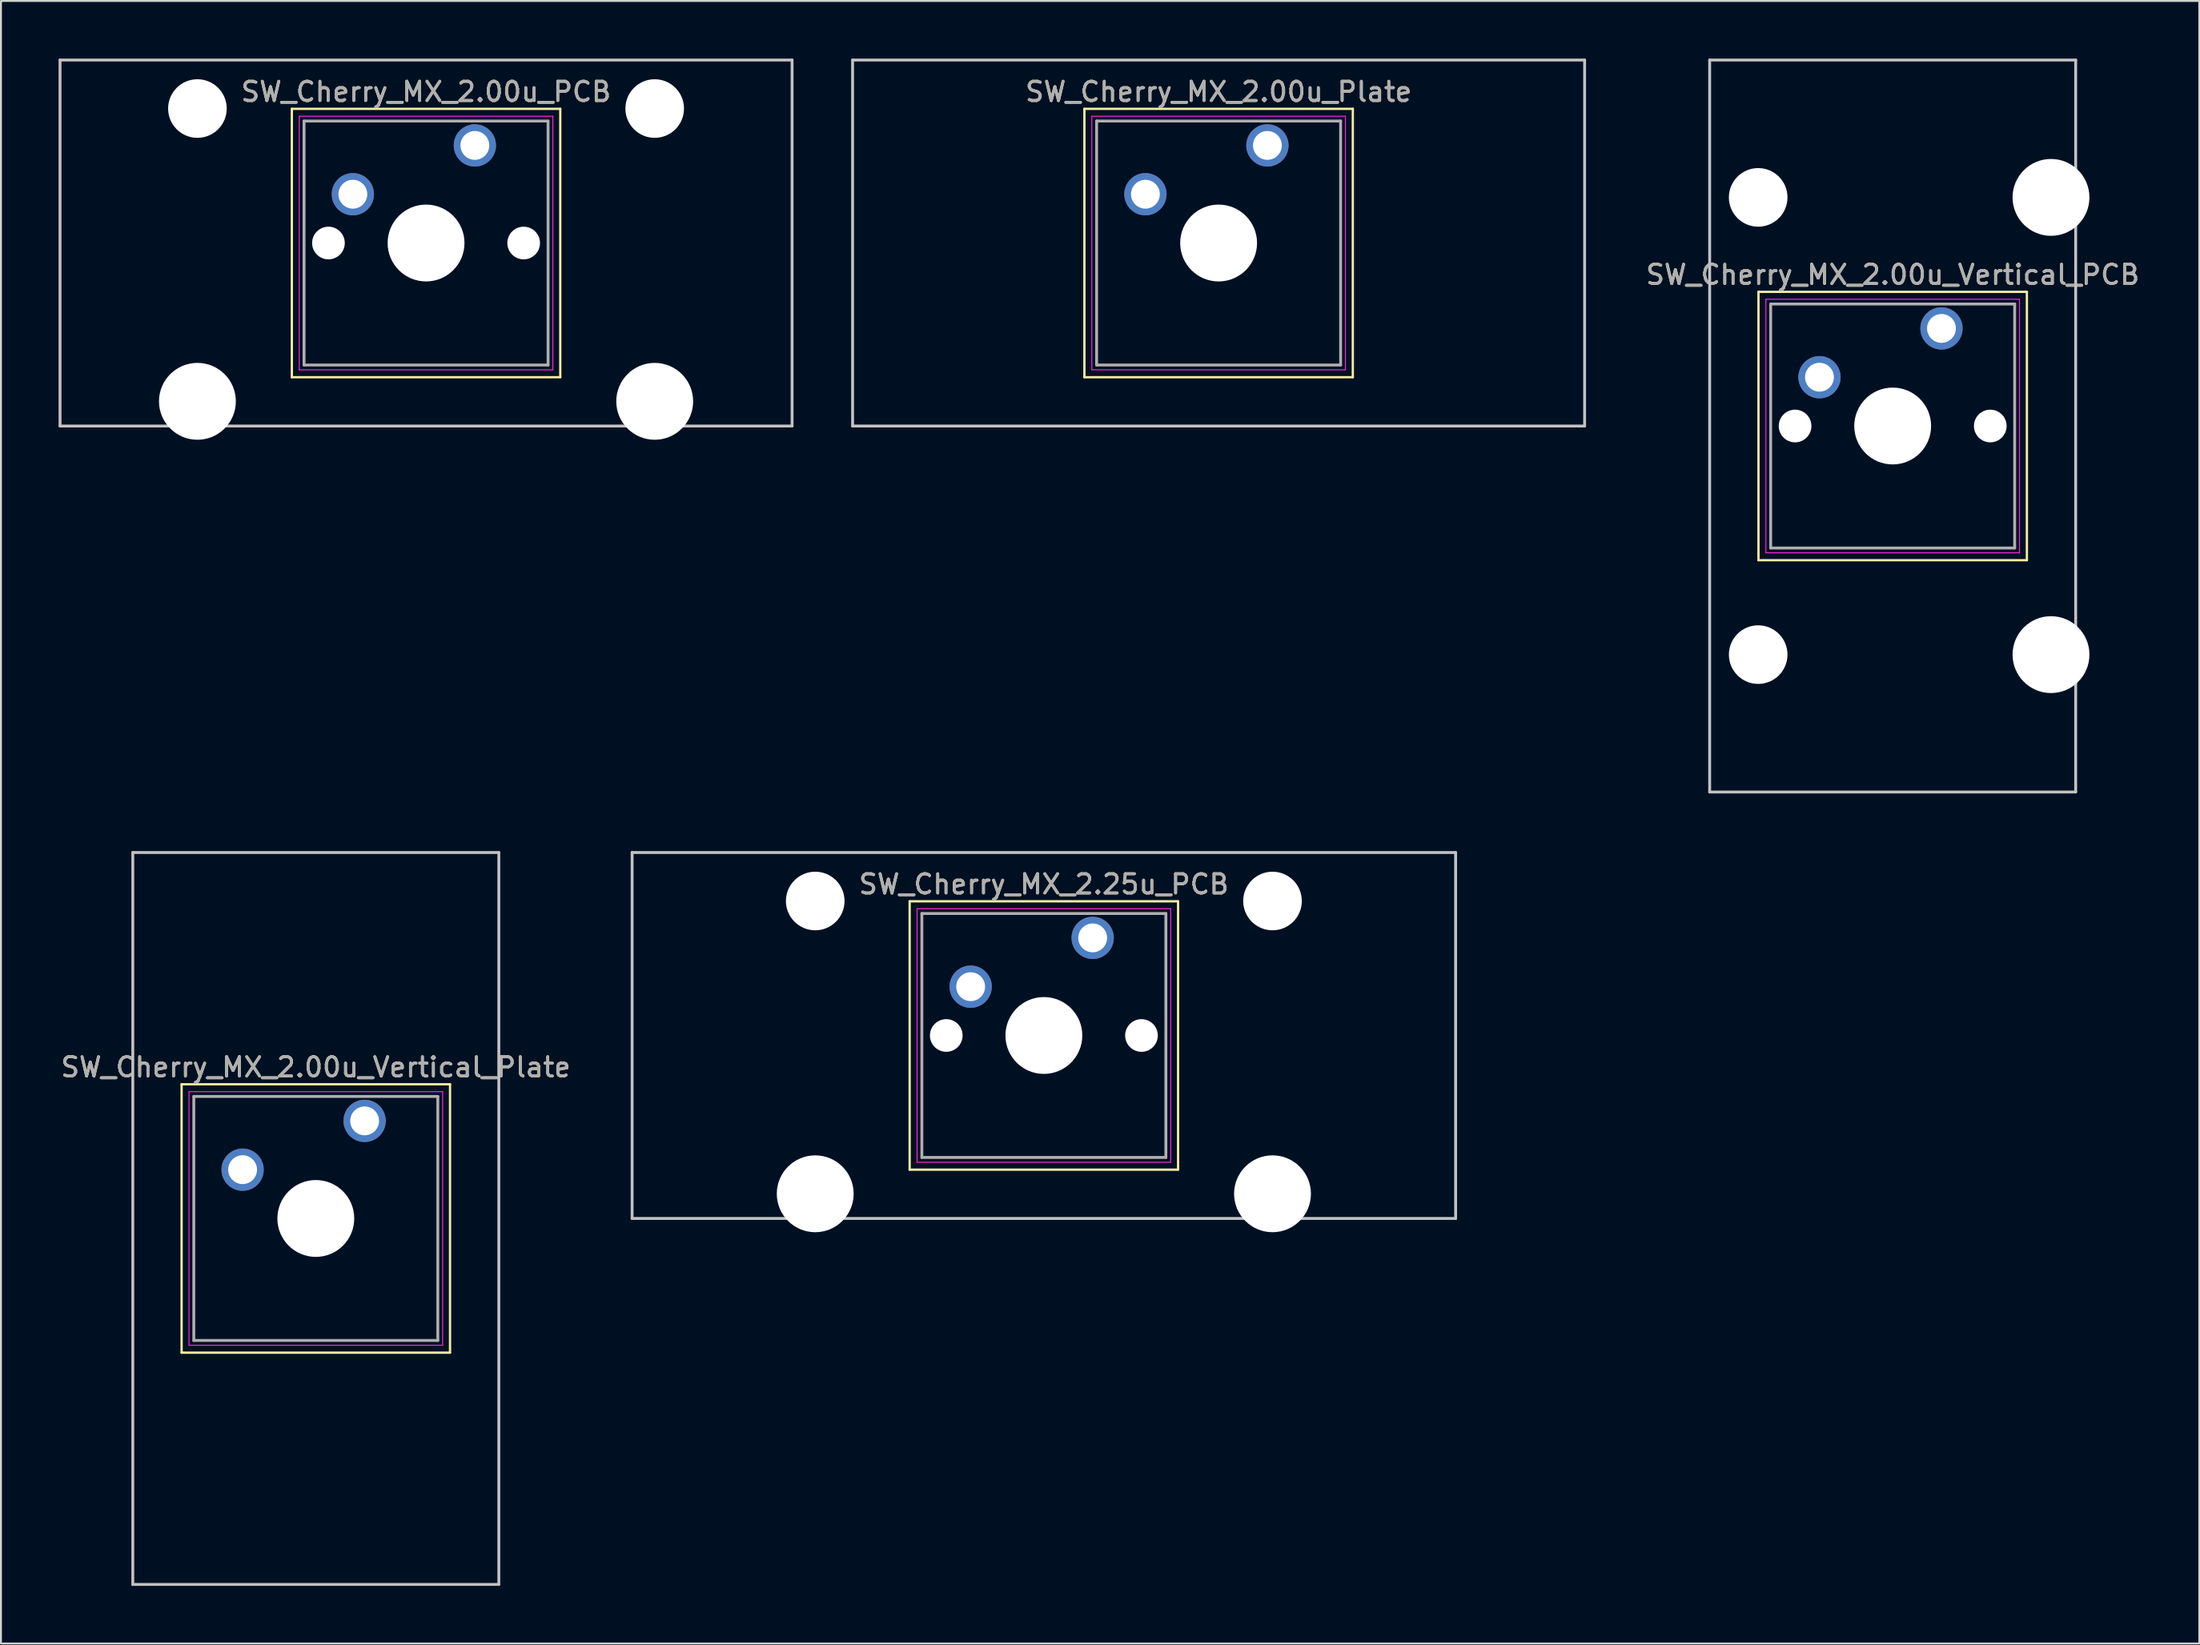
<source format=kicad_pcb>
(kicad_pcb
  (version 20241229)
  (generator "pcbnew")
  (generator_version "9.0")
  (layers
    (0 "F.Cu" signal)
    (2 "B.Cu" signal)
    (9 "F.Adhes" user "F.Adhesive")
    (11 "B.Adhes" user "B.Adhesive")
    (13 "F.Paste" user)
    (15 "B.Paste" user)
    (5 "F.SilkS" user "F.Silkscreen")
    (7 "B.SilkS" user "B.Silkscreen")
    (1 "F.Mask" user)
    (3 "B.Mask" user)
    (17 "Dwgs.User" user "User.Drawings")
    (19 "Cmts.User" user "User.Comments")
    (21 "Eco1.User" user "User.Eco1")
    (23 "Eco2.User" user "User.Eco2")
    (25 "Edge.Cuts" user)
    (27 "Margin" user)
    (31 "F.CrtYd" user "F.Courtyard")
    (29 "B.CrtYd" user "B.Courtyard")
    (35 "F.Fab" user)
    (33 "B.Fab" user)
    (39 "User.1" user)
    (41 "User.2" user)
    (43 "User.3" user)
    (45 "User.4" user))
  (footprint "SW_Cherry_MX_2.00u_PCB"
    (layer "F.Cu")
    (at 21.665 4.52)
    (property "Reference" "SW_Cherry_MX_2.00u_PCB" (at -2.54 -2.794 0) (layer "F.SilkS") (effects (font (size 1 1) (thickness 0.15))))
    (attr through_hole)
    (fp_line (start -9.525 -1.905) (end 4.445 -1.905) (stroke (width 0.12) (type solid)) (layer "F.SilkS"))
    (fp_line (start -9.525 12.065) (end -9.525 -1.905) (stroke (width 0.12) (type solid)) (layer "F.SilkS"))
    (fp_line (start 4.445 -1.905) (end 4.445 12.065) (stroke (width 0.12) (type solid)) (layer "F.SilkS"))
    (fp_line (start 4.445 12.065) (end -9.525 12.065) (stroke (width 0.12) (type solid)) (layer "F.SilkS"))
    (fp_line (start -21.59 -4.445) (end 16.51 -4.445) (stroke (width 0.15) (type solid)) (layer "Dwgs.User"))
    (fp_line (start -21.59 14.605) (end -21.59 -4.445) (stroke (width 0.15) (type solid)) (layer "Dwgs.User"))
    (fp_line (start 16.51 -4.445) (end 16.51 14.605) (stroke (width 0.15) (type solid)) (layer "Dwgs.User"))
    (fp_line (start 16.51 14.605) (end -21.59 14.605) (stroke (width 0.15) (type solid)) (layer "Dwgs.User"))
    (fp_line (start -9.14 -1.52) (end 4.06 -1.52) (stroke (width 0.05) (type solid)) (layer "F.CrtYd"))
    (fp_line (start -9.14 11.68) (end -9.14 -1.52) (stroke (width 0.05) (type solid)) (layer "F.CrtYd"))
    (fp_line (start 4.06 -1.52) (end 4.06 11.68) (stroke (width 0.05) (type solid)) (layer "F.CrtYd"))
    (fp_line (start 4.06 11.68) (end -9.14 11.68) (stroke (width 0.05) (type solid)) (layer "F.CrtYd"))
    (fp_line (start -8.89 -1.27) (end 3.81 -1.27) (stroke (width 0.15) (type solid)) (layer "F.Fab"))
    (fp_line (start -8.89 11.43) (end -8.89 -1.27) (stroke (width 0.15) (type solid)) (layer "F.Fab"))
    (fp_line (start 3.81 -1.27) (end 3.81 11.43) (stroke (width 0.15) (type solid)) (layer "F.Fab"))
    (fp_line (start 3.81 11.43) (end -8.89 11.43) (stroke (width 0.15) (type solid)) (layer "F.Fab"))
    (fp_text user "${REFERENCE}" (at -2.54 -2.794 0) (layer "F.Fab") (effects (font (size 1 1) (thickness 0.15))))
    (pad "" np_thru_hole circle (at -14.44 -1.92) (size 3.05 3.05) (drill 3.05) (layers "*.Cu" "*.Mask"))
    (pad "" np_thru_hole circle (at -14.44 13.32) (size 4 4) (drill 4) (layers "*.Cu" "*.Mask"))
    (pad "" np_thru_hole circle (at -7.62 5.08) (size 1.7 1.7) (drill 1.7) (layers "*.Cu" "*.Mask"))
    (pad "" np_thru_hole circle (at -2.54 5.08) (size 4 4) (drill 4) (layers "*.Cu" "*.Mask"))
    (pad "" np_thru_hole circle (at 2.54 5.08) (size 1.7 1.7) (drill 1.7) (layers "*.Cu" "*.Mask"))
    (pad "" np_thru_hole circle (at 9.36 -1.92) (size 3.05 3.05) (drill 3.05) (layers "*.Cu" "*.Mask"))
    (pad "" np_thru_hole circle (at 9.36 13.32) (size 4 4) (drill 4) (layers "*.Cu" "*.Mask"))
    (pad "1" thru_hole circle (at 0 0) (size 2.2 2.2) (drill 1.5) (layers "*.Cu" "*.Mask"))
    (pad "2" thru_hole circle (at -6.35 2.54) (size 2.2 2.2) (drill 1.5) (layers "*.Cu" "*.Mask")))
  (footprint "SW_Cherry_MX_2.00u_Plate"
    (layer "F.Cu")
    (at 62.915 4.52)
    (property "Reference" "SW_Cherry_MX_2.00u_Plate" (at -2.54 -2.794 0) (layer "F.SilkS") (effects (font (size 1 1) (thickness 0.15))))
    (attr through_hole)
    (fp_line (start -9.525 -1.905) (end 4.445 -1.905) (stroke (width 0.12) (type solid)) (layer "F.SilkS"))
    (fp_line (start -9.525 12.065) (end -9.525 -1.905) (stroke (width 0.12) (type solid)) (layer "F.SilkS"))
    (fp_line (start 4.445 -1.905) (end 4.445 12.065) (stroke (width 0.12) (type solid)) (layer "F.SilkS"))
    (fp_line (start 4.445 12.065) (end -9.525 12.065) (stroke (width 0.12) (type solid)) (layer "F.SilkS"))
    (fp_line (start -21.59 -4.445) (end 16.51 -4.445) (stroke (width 0.15) (type solid)) (layer "Dwgs.User"))
    (fp_line (start -21.59 14.605) (end -21.59 -4.445) (stroke (width 0.15) (type solid)) (layer "Dwgs.User"))
    (fp_line (start 16.51 -4.445) (end 16.51 14.605) (stroke (width 0.15) (type solid)) (layer "Dwgs.User"))
    (fp_line (start 16.51 14.605) (end -21.59 14.605) (stroke (width 0.15) (type solid)) (layer "Dwgs.User"))
    (fp_line (start -9.14 -1.52) (end 4.06 -1.52) (stroke (width 0.05) (type solid)) (layer "F.CrtYd"))
    (fp_line (start -9.14 11.68) (end -9.14 -1.52) (stroke (width 0.05) (type solid)) (layer "F.CrtYd"))
    (fp_line (start 4.06 -1.52) (end 4.06 11.68) (stroke (width 0.05) (type solid)) (layer "F.CrtYd"))
    (fp_line (start 4.06 11.68) (end -9.14 11.68) (stroke (width 0.05) (type solid)) (layer "F.CrtYd"))
    (fp_line (start -8.89 -1.27) (end 3.81 -1.27) (stroke (width 0.15) (type solid)) (layer "F.Fab"))
    (fp_line (start -8.89 11.43) (end -8.89 -1.27) (stroke (width 0.15) (type solid)) (layer "F.Fab"))
    (fp_line (start 3.81 -1.27) (end 3.81 11.43) (stroke (width 0.15) (type solid)) (layer "F.Fab"))
    (fp_line (start 3.81 11.43) (end -8.89 11.43) (stroke (width 0.15) (type solid)) (layer "F.Fab"))
    (fp_text user "${REFERENCE}" (at -2.54 -2.794 0) (layer "F.Fab") (effects (font (size 1 1) (thickness 0.15))))
    (pad "" np_thru_hole circle (at -2.54 5.08) (size 4 4) (drill 4) (layers "*.Cu" "*.Mask"))
    (pad "1" thru_hole circle (at 0 0) (size 2.2 2.2) (drill 1.5) (layers "*.Cu" "*.Mask"))
    (pad "2" thru_hole circle (at -6.35 2.54) (size 2.2 2.2) (drill 1.5) (layers "*.Cu" "*.Mask")))
  (footprint "SW_Cherry_MX_2.25u_PCB"
    (layer "F.Cu")
    (at 53.82 45.77)
    (property "Reference" "SW_Cherry_MX_2.25u_PCB" (at -2.54 -2.794 0) (layer "F.SilkS") (effects (font (size 1 1) (thickness 0.15))))
    (attr through_hole)
    (fp_line (start -9.525 -1.905) (end 4.445 -1.905) (stroke (width 0.12) (type solid)) (layer "F.SilkS"))
    (fp_line (start -9.525 12.065) (end -9.525 -1.905) (stroke (width 0.12) (type solid)) (layer "F.SilkS"))
    (fp_line (start 4.445 -1.905) (end 4.445 12.065) (stroke (width 0.12) (type solid)) (layer "F.SilkS"))
    (fp_line (start 4.445 12.065) (end -9.525 12.065) (stroke (width 0.12) (type solid)) (layer "F.SilkS"))
    (fp_line (start -23.971 -4.445) (end 18.891 -4.445) (stroke (width 0.15) (type solid)) (layer "Dwgs.User"))
    (fp_line (start -23.971 14.605) (end -23.971 -4.445) (stroke (width 0.15) (type solid)) (layer "Dwgs.User"))
    (fp_line (start 18.891 -4.445) (end 18.891 14.605) (stroke (width 0.15) (type solid)) (layer "Dwgs.User"))
    (fp_line (start 18.891 14.605) (end -23.971 14.605) (stroke (width 0.15) (type solid)) (layer "Dwgs.User"))
    (fp_line (start -9.14 -1.52) (end 4.06 -1.52) (stroke (width 0.05) (type solid)) (layer "F.CrtYd"))
    (fp_line (start -9.14 11.68) (end -9.14 -1.52) (stroke (width 0.05) (type solid)) (layer "F.CrtYd"))
    (fp_line (start 4.06 -1.52) (end 4.06 11.68) (stroke (width 0.05) (type solid)) (layer "F.CrtYd"))
    (fp_line (start 4.06 11.68) (end -9.14 11.68) (stroke (width 0.05) (type solid)) (layer "F.CrtYd"))
    (fp_line (start -8.89 -1.27) (end 3.81 -1.27) (stroke (width 0.15) (type solid)) (layer "F.Fab"))
    (fp_line (start -8.89 11.43) (end -8.89 -1.27) (stroke (width 0.15) (type solid)) (layer "F.Fab"))
    (fp_line (start 3.81 -1.27) (end 3.81 11.43) (stroke (width 0.15) (type solid)) (layer "F.Fab"))
    (fp_line (start 3.81 11.43) (end -8.89 11.43) (stroke (width 0.15) (type solid)) (layer "F.Fab"))
    (fp_text user "${REFERENCE}" (at -2.54 -2.794 0) (layer "F.Fab") (effects (font (size 1 1) (thickness 0.15))))
    (pad "" np_thru_hole circle (at -14.44 -1.92) (size 3.05 3.05) (drill 3.05) (layers "*.Cu" "*.Mask"))
    (pad "" np_thru_hole circle (at -14.44 13.32) (size 4 4) (drill 4) (layers "*.Cu" "*.Mask"))
    (pad "" np_thru_hole circle (at -7.62 5.08) (size 1.7 1.7) (drill 1.7) (layers "*.Cu" "*.Mask"))
    (pad "" np_thru_hole circle (at -2.54 5.08) (size 4 4) (drill 4) (layers "*.Cu" "*.Mask"))
    (pad "" np_thru_hole circle (at 2.54 5.08) (size 1.7 1.7) (drill 1.7) (layers "*.Cu" "*.Mask"))
    (pad "" np_thru_hole circle (at 9.36 -1.92) (size 3.05 3.05) (drill 3.05) (layers "*.Cu" "*.Mask"))
    (pad "" np_thru_hole circle (at 9.36 13.32) (size 4 4) (drill 4) (layers "*.Cu" "*.Mask"))
    (pad "1" thru_hole circle (at 0 0) (size 2.2 2.2) (drill 1.5) (layers "*.Cu" "*.Mask"))
    (pad "2" thru_hole circle (at -6.35 2.54) (size 2.2 2.2) (drill 1.5) (layers "*.Cu" "*.Mask")))
  (footprint "SW_Cherry_MX_2.00u_Vertical_Plate"
    (layer "F.Cu")
    (at 15.927 55.295)
    (property "Reference" "SW_Cherry_MX_2.00u_Vertical_Plate" (at -2.54 -2.794 0) (layer "F.SilkS") (effects (font (size 1 1) (thickness 0.15))))
    (attr through_hole)
    (fp_line (start -9.525 -1.905) (end 4.445 -1.905) (stroke (width 0.12) (type solid)) (layer "F.SilkS"))
    (fp_line (start -9.525 12.065) (end -9.525 -1.905) (stroke (width 0.12) (type solid)) (layer "F.SilkS"))
    (fp_line (start 4.445 -1.905) (end 4.445 12.065) (stroke (width 0.12) (type solid)) (layer "F.SilkS"))
    (fp_line (start 4.445 12.065) (end -9.525 12.065) (stroke (width 0.12) (type solid)) (layer "F.SilkS"))
    (fp_line (start -12.065 -13.97) (end 6.985 -13.97) (stroke (width 0.15) (type solid)) (layer "Dwgs.User"))
    (fp_line (start -12.065 24.13) (end -12.065 -13.97) (stroke (width 0.15) (type solid)) (layer "Dwgs.User"))
    (fp_line (start 6.985 -13.97) (end 6.985 24.13) (stroke (width 0.15) (type solid)) (layer "Dwgs.User"))
    (fp_line (start 6.985 24.13) (end -12.065 24.13) (stroke (width 0.15) (type solid)) (layer "Dwgs.User"))
    (fp_line (start -9.14 -1.52) (end 4.06 -1.52) (stroke (width 0.05) (type solid)) (layer "F.CrtYd"))
    (fp_line (start -9.14 11.68) (end -9.14 -1.52) (stroke (width 0.05) (type solid)) (layer "F.CrtYd"))
    (fp_line (start 4.06 -1.52) (end 4.06 11.68) (stroke (width 0.05) (type solid)) (layer "F.CrtYd"))
    (fp_line (start 4.06 11.68) (end -9.14 11.68) (stroke (width 0.05) (type solid)) (layer "F.CrtYd"))
    (fp_line (start -8.89 -1.27) (end 3.81 -1.27) (stroke (width 0.15) (type solid)) (layer "F.Fab"))
    (fp_line (start -8.89 11.43) (end -8.89 -1.27) (stroke (width 0.15) (type solid)) (layer "F.Fab"))
    (fp_line (start 3.81 -1.27) (end 3.81 11.43) (stroke (width 0.15) (type solid)) (layer "F.Fab"))
    (fp_line (start 3.81 11.43) (end -8.89 11.43) (stroke (width 0.15) (type solid)) (layer "F.Fab"))
    (fp_text user "${REFERENCE}" (at -2.54 -2.794 0) (layer "F.Fab") (effects (font (size 1 1) (thickness 0.15))))
    (pad "" np_thru_hole circle (at -2.54 5.08) (size 4 4) (drill 4) (layers "*.Cu" "*.Mask"))
    (pad "1" thru_hole circle (at 0 0) (size 2.2 2.2) (drill 1.5) (layers "*.Cu" "*.Mask"))
    (pad "2" thru_hole circle (at -6.35 2.54) (size 2.2 2.2) (drill 1.5) (layers "*.Cu" "*.Mask")))
  (footprint "SW_Cherry_MX_2.00u_Vertical_PCB"
    (layer "F.Cu")
    (at 97.998 14.045)
    (property "Reference" "SW_Cherry_MX_2.00u_Vertical_PCB" (at -2.54 -2.794 0) (layer "F.SilkS") (effects (font (size 1 1) (thickness 0.15))))
    (attr through_hole)
    (fp_line (start -9.525 -1.905) (end 4.445 -1.905) (stroke (width 0.12) (type solid)) (layer "F.SilkS"))
    (fp_line (start -9.525 12.065) (end -9.525 -1.905) (stroke (width 0.12) (type solid)) (layer "F.SilkS"))
    (fp_line (start 4.445 -1.905) (end 4.445 12.065) (stroke (width 0.12) (type solid)) (layer "F.SilkS"))
    (fp_line (start 4.445 12.065) (end -9.525 12.065) (stroke (width 0.12) (type solid)) (layer "F.SilkS"))
    (fp_line (start -12.065 -13.97) (end 6.985 -13.97) (stroke (width 0.15) (type solid)) (layer "Dwgs.User"))
    (fp_line (start -12.065 24.13) (end -12.065 -13.97) (stroke (width 0.15) (type solid)) (layer "Dwgs.User"))
    (fp_line (start 6.985 -13.97) (end 6.985 24.13) (stroke (width 0.15) (type solid)) (layer "Dwgs.User"))
    (fp_line (start 6.985 24.13) (end -12.065 24.13) (stroke (width 0.15) (type solid)) (layer "Dwgs.User"))
    (fp_line (start -9.14 -1.52) (end 4.06 -1.52) (stroke (width 0.05) (type solid)) (layer "F.CrtYd"))
    (fp_line (start -9.14 11.68) (end -9.14 -1.52) (stroke (width 0.05) (type solid)) (layer "F.CrtYd"))
    (fp_line (start 4.06 -1.52) (end 4.06 11.68) (stroke (width 0.05) (type solid)) (layer "F.CrtYd"))
    (fp_line (start 4.06 11.68) (end -9.14 11.68) (stroke (width 0.05) (type solid)) (layer "F.CrtYd"))
    (fp_line (start -8.89 -1.27) (end 3.81 -1.27) (stroke (width 0.15) (type solid)) (layer "F.Fab"))
    (fp_line (start -8.89 11.43) (end -8.89 -1.27) (stroke (width 0.15) (type solid)) (layer "F.Fab"))
    (fp_line (start 3.81 -1.27) (end 3.81 11.43) (stroke (width 0.15) (type solid)) (layer "F.Fab"))
    (fp_line (start 3.81 11.43) (end -8.89 11.43) (stroke (width 0.15) (type solid)) (layer "F.Fab"))
    (fp_text user "${REFERENCE}" (at -2.54 -2.794 0) (layer "F.Fab") (effects (font (size 1 1) (thickness 0.15))))
    (pad "" np_thru_hole circle (at -9.54 -6.82) (size 3.05 3.05) (drill 3.05) (layers "*.Cu" "*.Mask"))
    (pad "" np_thru_hole circle (at -9.54 16.98) (size 3.05 3.05) (drill 3.05) (layers "*.Cu" "*.Mask"))
    (pad "" np_thru_hole circle (at -7.62 5.08) (size 1.7 1.7) (drill 1.7) (layers "*.Cu" "*.Mask"))
    (pad "" np_thru_hole circle (at -2.54 5.08) (size 4 4) (drill 4) (layers "*.Cu" "*.Mask"))
    (pad "" np_thru_hole circle (at 2.54 5.08) (size 1.7 1.7) (drill 1.7) (layers "*.Cu" "*.Mask"))
    (pad "" np_thru_hole circle (at 5.7 -6.82) (size 4 4) (drill 4) (layers "*.Cu" "*.Mask"))
    (pad "" np_thru_hole circle (at 5.7 16.98) (size 4 4) (drill 4) (layers "*.Cu" "*.Mask"))
    (pad "1" thru_hole circle (at 0 0) (size 2.2 2.2) (drill 1.5) (layers "*.Cu" "*.Mask"))
    (pad "2" thru_hole circle (at -6.35 2.54) (size 2.2 2.2) (drill 1.5) (layers "*.Cu" "*.Mask")))
  (gr_rect
    (start -3 -3)
    (end 111.417 82.5)
    (stroke (width 0.1) (type default))
    (fill no)
    (layer "Edge.Cuts")))
</source>
